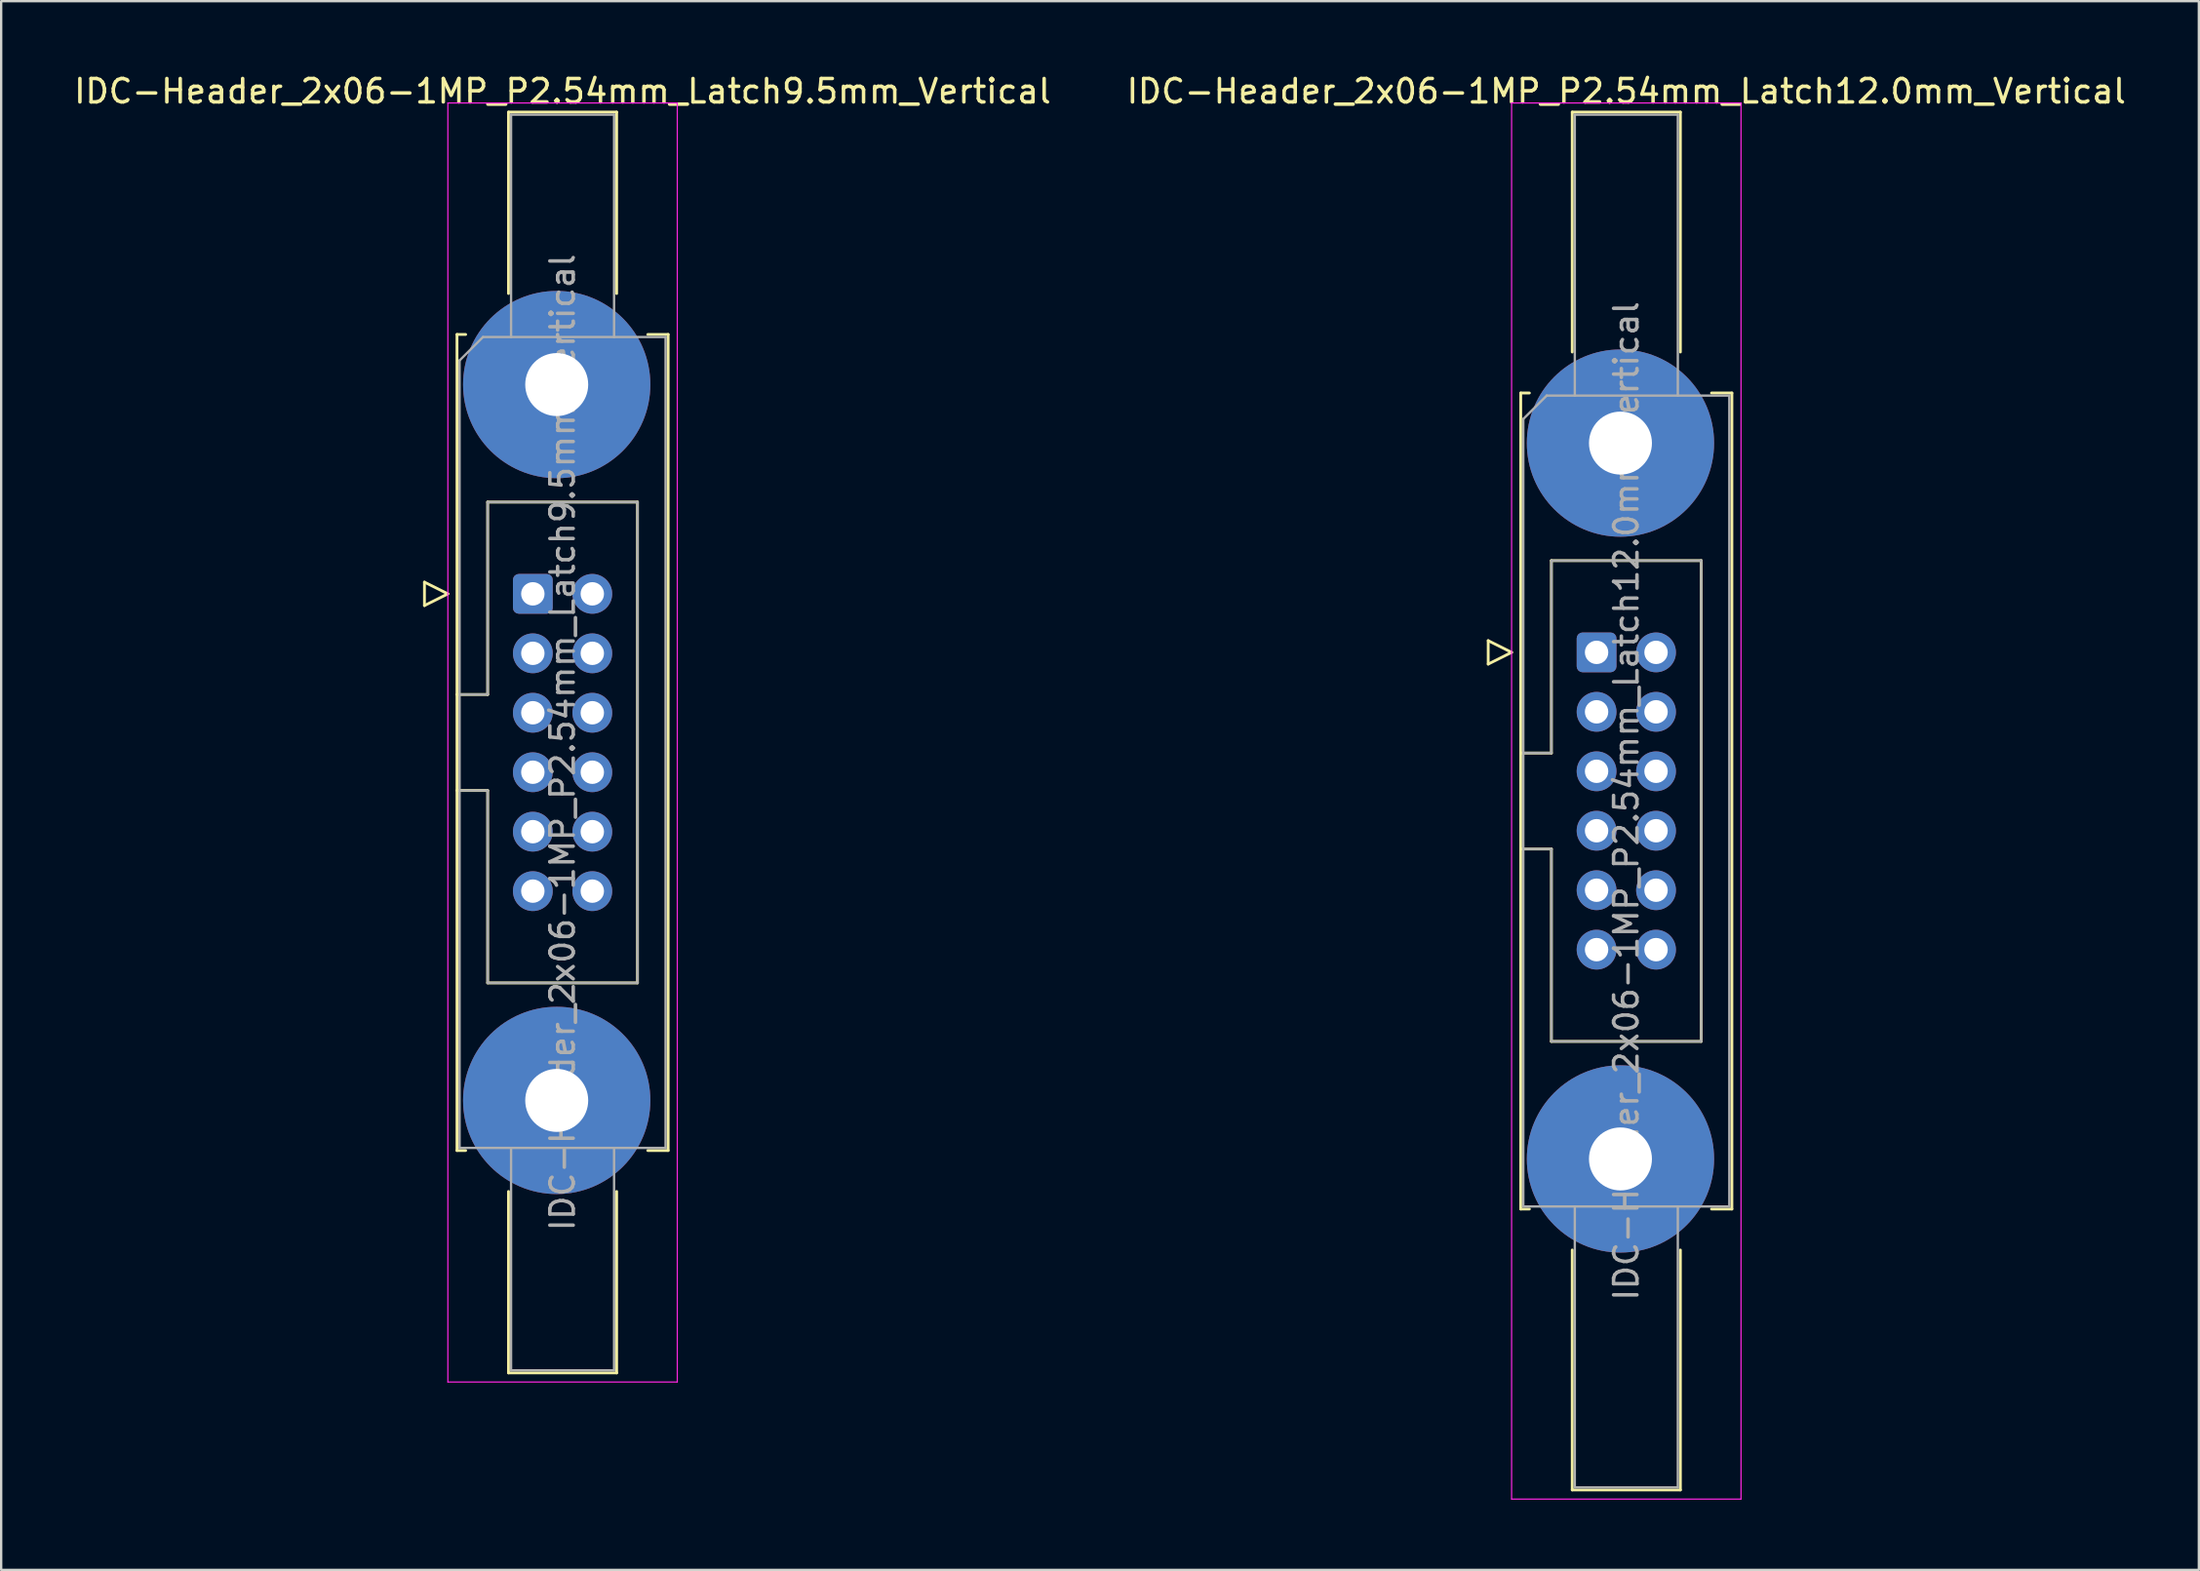
<source format=kicad_pcb>
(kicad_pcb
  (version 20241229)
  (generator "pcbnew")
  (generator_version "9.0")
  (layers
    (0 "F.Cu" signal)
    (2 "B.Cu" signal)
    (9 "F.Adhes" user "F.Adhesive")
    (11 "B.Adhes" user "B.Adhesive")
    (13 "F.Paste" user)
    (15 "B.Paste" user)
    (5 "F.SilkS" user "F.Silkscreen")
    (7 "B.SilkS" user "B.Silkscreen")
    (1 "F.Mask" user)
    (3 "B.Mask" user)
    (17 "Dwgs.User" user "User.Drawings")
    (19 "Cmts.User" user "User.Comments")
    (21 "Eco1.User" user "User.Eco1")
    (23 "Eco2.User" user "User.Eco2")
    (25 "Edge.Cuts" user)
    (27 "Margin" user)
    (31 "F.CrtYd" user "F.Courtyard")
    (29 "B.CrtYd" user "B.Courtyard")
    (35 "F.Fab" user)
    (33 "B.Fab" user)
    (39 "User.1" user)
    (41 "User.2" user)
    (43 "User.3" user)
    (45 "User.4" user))
  (footprint "IDC-Header_2x06-1MP_P2.54mm_Latch9.5mm_Vertical"
    (layer "F.Cu")
    (at 19.712 22.318)
    (property "Reference" "IDC-Header_2x06-1MP_P2.54mm_Latch9.5mm_Vertical" (at 1.27 -21.47 0) (layer "F.SilkS") (effects (font (size 1 1) (thickness 0.15))))
    (attr through_hole)
    (fp_line (start -4.63 -0.5) (end -4.63 0.5) (stroke (width 0.12) (type solid)) (layer "F.SilkS"))
    (fp_line (start -4.63 0.5) (end -3.63 0) (stroke (width 0.12) (type solid)) (layer "F.SilkS"))
    (fp_line (start -3.63 0) (end -4.63 -0.5) (stroke (width 0.12) (type solid)) (layer "F.SilkS"))
    (fp_line (start -3.24 -11.08) (end -3.24 23.78) (stroke (width 0.12) (type solid)) (layer "F.SilkS"))
    (fp_line (start -3.24 4.3) (end -1.93 4.3) (stroke (width 0.12) (type solid)) (layer "F.SilkS"))
    (fp_line (start -3.24 23.78) (end -2.87 23.78) (stroke (width 0.12) (type solid)) (layer "F.SilkS"))
    (fp_line (start -2.87 -11.08) (end -3.24 -11.08) (stroke (width 0.12) (type solid)) (layer "F.SilkS"))
    (fp_line (start -1.93 -3.92) (end 4.47 -3.92) (stroke (width 0.12) (type solid)) (layer "F.SilkS"))
    (fp_line (start -1.93 4.3) (end -1.93 -3.92) (stroke (width 0.12) (type solid)) (layer "F.SilkS"))
    (fp_line (start -1.93 8.4) (end -3.24 8.4) (stroke (width 0.12) (type solid)) (layer "F.SilkS"))
    (fp_line (start -1.93 16.62) (end -1.93 8.4) (stroke (width 0.12) (type solid)) (layer "F.SilkS"))
    (fp_line (start -1.04 -20.58) (end 3.58 -20.58) (stroke (width 0.12) (type solid)) (layer "F.SilkS"))
    (fp_line (start -1.04 -12.83) (end -1.04 -20.58) (stroke (width 0.12) (type solid)) (layer "F.SilkS"))
    (fp_line (start -1.04 25.53) (end -1.04 33.28) (stroke (width 0.12) (type solid)) (layer "F.SilkS"))
    (fp_line (start -1.04 33.28) (end 3.58 33.28) (stroke (width 0.12) (type solid)) (layer "F.SilkS"))
    (fp_line (start 3.58 -20.58) (end 3.58 -12.83) (stroke (width 0.12) (type solid)) (layer "F.SilkS"))
    (fp_line (start 3.58 33.28) (end 3.58 25.53) (stroke (width 0.12) (type solid)) (layer "F.SilkS"))
    (fp_line (start 4.47 -3.92) (end 4.47 16.62) (stroke (width 0.12) (type solid)) (layer "F.SilkS"))
    (fp_line (start 4.47 16.62) (end -1.93 16.62) (stroke (width 0.12) (type solid)) (layer "F.SilkS"))
    (fp_line (start 4.91 -11.08) (end 5.78 -11.08) (stroke (width 0.12) (type solid)) (layer "F.SilkS"))
    (fp_line (start 5.78 -11.08) (end 5.78 23.78) (stroke (width 0.12) (type solid)) (layer "F.SilkS"))
    (fp_line (start 5.78 23.78) (end 4.91 23.78) (stroke (width 0.12) (type solid)) (layer "F.SilkS"))
    (fp_line (start -3.63 -20.97) (end -3.63 33.67) (stroke (width 0.05) (type solid)) (layer "F.CrtYd"))
    (fp_line (start -3.63 33.67) (end 6.17 33.67) (stroke (width 0.05) (type solid)) (layer "F.CrtYd"))
    (fp_line (start 6.17 -20.97) (end -3.63 -20.97) (stroke (width 0.05) (type solid)) (layer "F.CrtYd"))
    (fp_line (start 6.17 33.67) (end 6.17 -20.97) (stroke (width 0.05) (type solid)) (layer "F.CrtYd"))
    (fp_line (start -3.13 -9.97) (end -2.13 -10.97) (stroke (width 0.1) (type solid)) (layer "F.Fab"))
    (fp_line (start -3.13 4.3) (end -1.93 4.3) (stroke (width 0.1) (type solid)) (layer "F.Fab"))
    (fp_line (start -3.13 23.67) (end -3.13 -9.97) (stroke (width 0.1) (type solid)) (layer "F.Fab"))
    (fp_line (start -2.13 -10.97) (end 5.67 -10.97) (stroke (width 0.1) (type solid)) (layer "F.Fab"))
    (fp_line (start -1.93 -3.92) (end 4.47 -3.92) (stroke (width 0.1) (type solid)) (layer "F.Fab"))
    (fp_line (start -1.93 4.3) (end -1.93 -3.92) (stroke (width 0.1) (type solid)) (layer "F.Fab"))
    (fp_line (start -1.93 8.4) (end -3.13 8.4) (stroke (width 0.1) (type solid)) (layer "F.Fab"))
    (fp_line (start -1.93 16.62) (end -1.93 8.4) (stroke (width 0.1) (type solid)) (layer "F.Fab"))
    (fp_line (start -0.93 -20.47) (end 3.47 -20.47) (stroke (width 0.1) (type solid)) (layer "F.Fab"))
    (fp_line (start -0.93 -10.97) (end -0.93 -20.47) (stroke (width 0.1) (type solid)) (layer "F.Fab"))
    (fp_line (start -0.93 23.67) (end -0.93 33.17) (stroke (width 0.1) (type solid)) (layer "F.Fab"))
    (fp_line (start -0.93 33.17) (end 3.47 33.17) (stroke (width 0.1) (type solid)) (layer "F.Fab"))
    (fp_line (start 3.47 -20.47) (end 3.47 -10.97) (stroke (width 0.1) (type solid)) (layer "F.Fab"))
    (fp_line (start 3.47 33.17) (end 3.47 23.67) (stroke (width 0.1) (type solid)) (layer "F.Fab"))
    (fp_line (start 4.47 -3.92) (end 4.47 16.62) (stroke (width 0.1) (type solid)) (layer "F.Fab"))
    (fp_line (start 4.47 16.62) (end -1.93 16.62) (stroke (width 0.1) (type solid)) (layer "F.Fab"))
    (fp_line (start 5.67 -10.97) (end 5.67 23.67) (stroke (width 0.1) (type solid)) (layer "F.Fab"))
    (fp_line (start 5.67 23.67) (end -3.13 23.67) (stroke (width 0.1) (type solid)) (layer "F.Fab"))
    (fp_text user "${REFERENCE}" (at 1.27 6.35 90) (layer "F.Fab") (effects (font (size 1 1) (thickness 0.15))))
    (pad "1" thru_hole roundrect (at 0 0) (size 1.7 1.7) (drill 1) (layers "*.Cu" "*.Mask") (roundrect_rratio 0.147))
    (pad "2" thru_hole circle (at 2.54 0) (size 1.7 1.7) (drill 1) (layers "*.Cu" "*.Mask"))
    (pad "3" thru_hole circle (at 0 2.54) (size 1.7 1.7) (drill 1) (layers "*.Cu" "*.Mask"))
    (pad "4" thru_hole circle (at 2.54 2.54) (size 1.7 1.7) (drill 1) (layers "*.Cu" "*.Mask"))
    (pad "5" thru_hole circle (at 0 5.08) (size 1.7 1.7) (drill 1) (layers "*.Cu" "*.Mask"))
    (pad "6" thru_hole circle (at 2.54 5.08) (size 1.7 1.7) (drill 1) (layers "*.Cu" "*.Mask"))
    (pad "7" thru_hole circle (at 0 7.62) (size 1.7 1.7) (drill 1) (layers "*.Cu" "*.Mask"))
    (pad "8" thru_hole circle (at 2.54 7.62) (size 1.7 1.7) (drill 1) (layers "*.Cu" "*.Mask"))
    (pad "9" thru_hole circle (at 0 10.16) (size 1.7 1.7) (drill 1) (layers "*.Cu" "*.Mask"))
    (pad "10" thru_hole circle (at 2.54 10.16) (size 1.7 1.7) (drill 1) (layers "*.Cu" "*.Mask"))
    (pad "11" thru_hole circle (at 0 12.7) (size 1.7 1.7) (drill 1) (layers "*.Cu" "*.Mask"))
    (pad "12" thru_hole circle (at 2.54 12.7) (size 1.7 1.7) (drill 1) (layers "*.Cu" "*.Mask"))
    (pad "MP" thru_hole circle (at 1.02 -8.94) (size 8 8) (drill 2.69) (layers "*.Cu" "*.Mask"))
    (pad "MP" thru_hole circle (at 1.02 21.64) (size 8 8) (drill 2.69) (layers "*.Cu" "*.Mask")))
  (footprint "IDC-Header_2x06-1MP_P2.54mm_Latch12.0mm_Vertical"
    (layer "F.Cu")
    (at 65.153 24.818)
    (property "Reference" "IDC-Header_2x06-1MP_P2.54mm_Latch12.0mm_Vertical" (at 1.27 -23.97 0) (layer "F.SilkS") (effects (font (size 1 1) (thickness 0.15))))
    (attr through_hole)
    (fp_line (start -4.63 -0.5) (end -4.63 0.5) (stroke (width 0.12) (type solid)) (layer "F.SilkS"))
    (fp_line (start -4.63 0.5) (end -3.63 0) (stroke (width 0.12) (type solid)) (layer "F.SilkS"))
    (fp_line (start -3.63 0) (end -4.63 -0.5) (stroke (width 0.12) (type solid)) (layer "F.SilkS"))
    (fp_line (start -3.24 -11.08) (end -3.24 23.78) (stroke (width 0.12) (type solid)) (layer "F.SilkS"))
    (fp_line (start -3.24 4.3) (end -1.93 4.3) (stroke (width 0.12) (type solid)) (layer "F.SilkS"))
    (fp_line (start -3.24 23.78) (end -2.87 23.78) (stroke (width 0.12) (type solid)) (layer "F.SilkS"))
    (fp_line (start -2.87 -11.08) (end -3.24 -11.08) (stroke (width 0.12) (type solid)) (layer "F.SilkS"))
    (fp_line (start -1.93 -3.92) (end 4.47 -3.92) (stroke (width 0.12) (type solid)) (layer "F.SilkS"))
    (fp_line (start -1.93 4.3) (end -1.93 -3.92) (stroke (width 0.12) (type solid)) (layer "F.SilkS"))
    (fp_line (start -1.93 8.4) (end -3.24 8.4) (stroke (width 0.12) (type solid)) (layer "F.SilkS"))
    (fp_line (start -1.93 16.62) (end -1.93 8.4) (stroke (width 0.12) (type solid)) (layer "F.SilkS"))
    (fp_line (start -1.04 -23.08) (end 3.58 -23.08) (stroke (width 0.12) (type solid)) (layer "F.SilkS"))
    (fp_line (start -1.04 -12.83) (end -1.04 -23.08) (stroke (width 0.12) (type solid)) (layer "F.SilkS"))
    (fp_line (start -1.04 25.53) (end -1.04 35.78) (stroke (width 0.12) (type solid)) (layer "F.SilkS"))
    (fp_line (start -1.04 35.78) (end 3.58 35.78) (stroke (width 0.12) (type solid)) (layer "F.SilkS"))
    (fp_line (start 3.58 -23.08) (end 3.58 -12.83) (stroke (width 0.12) (type solid)) (layer "F.SilkS"))
    (fp_line (start 3.58 35.78) (end 3.58 25.53) (stroke (width 0.12) (type solid)) (layer "F.SilkS"))
    (fp_line (start 4.47 -3.92) (end 4.47 16.62) (stroke (width 0.12) (type solid)) (layer "F.SilkS"))
    (fp_line (start 4.47 16.62) (end -1.93 16.62) (stroke (width 0.12) (type solid)) (layer "F.SilkS"))
    (fp_line (start 4.91 -11.08) (end 5.78 -11.08) (stroke (width 0.12) (type solid)) (layer "F.SilkS"))
    (fp_line (start 5.78 -11.08) (end 5.78 23.78) (stroke (width 0.12) (type solid)) (layer "F.SilkS"))
    (fp_line (start 5.78 23.78) (end 4.91 23.78) (stroke (width 0.12) (type solid)) (layer "F.SilkS"))
    (fp_line (start -3.63 -23.47) (end -3.63 36.17) (stroke (width 0.05) (type solid)) (layer "F.CrtYd"))
    (fp_line (start -3.63 36.17) (end 6.17 36.17) (stroke (width 0.05) (type solid)) (layer "F.CrtYd"))
    (fp_line (start 6.17 -23.47) (end -3.63 -23.47) (stroke (width 0.05) (type solid)) (layer "F.CrtYd"))
    (fp_line (start 6.17 36.17) (end 6.17 -23.47) (stroke (width 0.05) (type solid)) (layer "F.CrtYd"))
    (fp_line (start -3.13 -9.97) (end -2.13 -10.97) (stroke (width 0.1) (type solid)) (layer "F.Fab"))
    (fp_line (start -3.13 4.3) (end -1.93 4.3) (stroke (width 0.1) (type solid)) (layer "F.Fab"))
    (fp_line (start -3.13 23.67) (end -3.13 -9.97) (stroke (width 0.1) (type solid)) (layer "F.Fab"))
    (fp_line (start -2.13 -10.97) (end 5.67 -10.97) (stroke (width 0.1) (type solid)) (layer "F.Fab"))
    (fp_line (start -1.93 -3.92) (end 4.47 -3.92) (stroke (width 0.1) (type solid)) (layer "F.Fab"))
    (fp_line (start -1.93 4.3) (end -1.93 -3.92) (stroke (width 0.1) (type solid)) (layer "F.Fab"))
    (fp_line (start -1.93 8.4) (end -3.13 8.4) (stroke (width 0.1) (type solid)) (layer "F.Fab"))
    (fp_line (start -1.93 16.62) (end -1.93 8.4) (stroke (width 0.1) (type solid)) (layer "F.Fab"))
    (fp_line (start -0.93 -22.97) (end 3.47 -22.97) (stroke (width 0.1) (type solid)) (layer "F.Fab"))
    (fp_line (start -0.93 -10.97) (end -0.93 -22.97) (stroke (width 0.1) (type solid)) (layer "F.Fab"))
    (fp_line (start -0.93 23.67) (end -0.93 35.67) (stroke (width 0.1) (type solid)) (layer "F.Fab"))
    (fp_line (start -0.93 35.67) (end 3.47 35.67) (stroke (width 0.1) (type solid)) (layer "F.Fab"))
    (fp_line (start 3.47 -22.97) (end 3.47 -10.97) (stroke (width 0.1) (type solid)) (layer "F.Fab"))
    (fp_line (start 3.47 35.67) (end 3.47 23.67) (stroke (width 0.1) (type solid)) (layer "F.Fab"))
    (fp_line (start 4.47 -3.92) (end 4.47 16.62) (stroke (width 0.1) (type solid)) (layer "F.Fab"))
    (fp_line (start 4.47 16.62) (end -1.93 16.62) (stroke (width 0.1) (type solid)) (layer "F.Fab"))
    (fp_line (start 5.67 -10.97) (end 5.67 23.67) (stroke (width 0.1) (type solid)) (layer "F.Fab"))
    (fp_line (start 5.67 23.67) (end -3.13 23.67) (stroke (width 0.1) (type solid)) (layer "F.Fab"))
    (fp_text user "${REFERENCE}" (at 1.27 6.35 90) (layer "F.Fab") (effects (font (size 1 1) (thickness 0.15))))
    (pad "1" thru_hole roundrect (at 0 0) (size 1.7 1.7) (drill 1) (layers "*.Cu" "*.Mask") (roundrect_rratio 0.147))
    (pad "2" thru_hole circle (at 2.54 0) (size 1.7 1.7) (drill 1) (layers "*.Cu" "*.Mask"))
    (pad "3" thru_hole circle (at 0 2.54) (size 1.7 1.7) (drill 1) (layers "*.Cu" "*.Mask"))
    (pad "4" thru_hole circle (at 2.54 2.54) (size 1.7 1.7) (drill 1) (layers "*.Cu" "*.Mask"))
    (pad "5" thru_hole circle (at 0 5.08) (size 1.7 1.7) (drill 1) (layers "*.Cu" "*.Mask"))
    (pad "6" thru_hole circle (at 2.54 5.08) (size 1.7 1.7) (drill 1) (layers "*.Cu" "*.Mask"))
    (pad "7" thru_hole circle (at 0 7.62) (size 1.7 1.7) (drill 1) (layers "*.Cu" "*.Mask"))
    (pad "8" thru_hole circle (at 2.54 7.62) (size 1.7 1.7) (drill 1) (layers "*.Cu" "*.Mask"))
    (pad "9" thru_hole circle (at 0 10.16) (size 1.7 1.7) (drill 1) (layers "*.Cu" "*.Mask"))
    (pad "10" thru_hole circle (at 2.54 10.16) (size 1.7 1.7) (drill 1) (layers "*.Cu" "*.Mask"))
    (pad "11" thru_hole circle (at 0 12.7) (size 1.7 1.7) (drill 1) (layers "*.Cu" "*.Mask"))
    (pad "12" thru_hole circle (at 2.54 12.7) (size 1.7 1.7) (drill 1) (layers "*.Cu" "*.Mask"))
    (pad "MP" thru_hole circle (at 1.02 -8.94) (size 8 8) (drill 2.69) (layers "*.Cu" "*.Mask"))
    (pad "MP" thru_hole circle (at 1.02 21.64) (size 8 8) (drill 2.69) (layers "*.Cu" "*.Mask")))
  (gr_rect
    (start -3 -3)
    (end 90.881 64.013)
    (stroke (width 0.1) (type default))
    (fill no)
    (layer "Edge.Cuts")))
</source>
